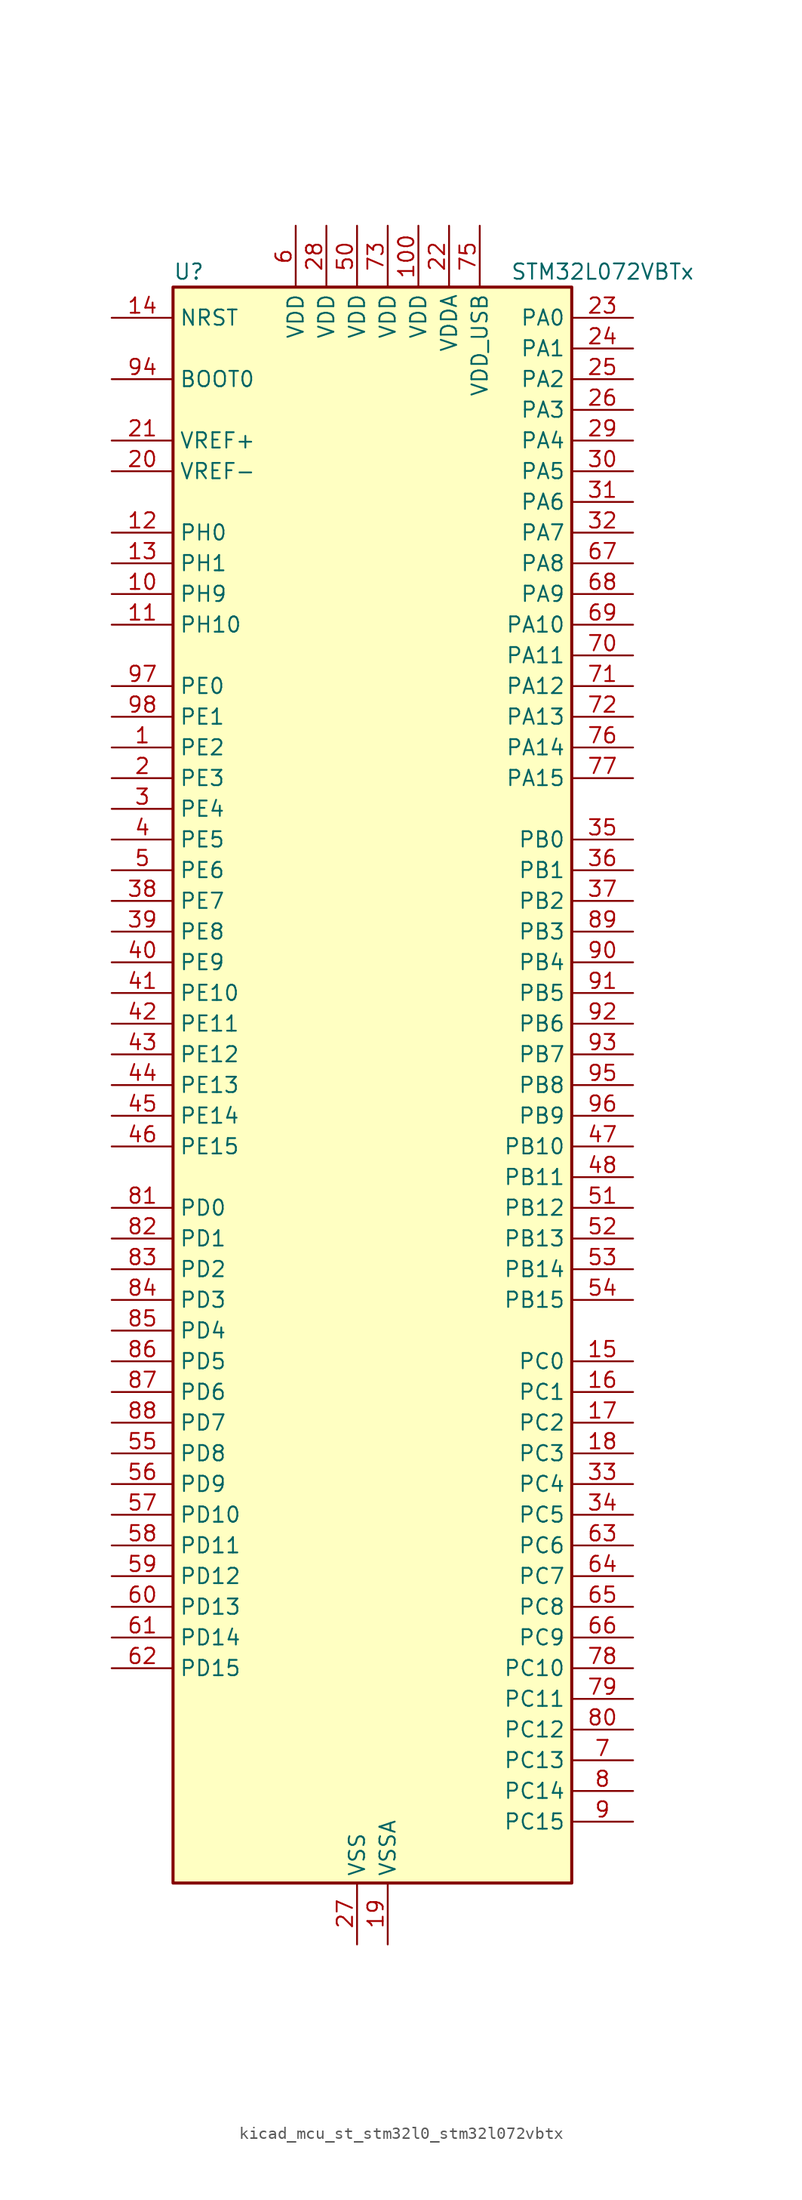
<source format=kicad_sym>
(kicad_symbol_lib
  (version 20220914)
  (generator kicad_symbol_editor)
  (symbol "kicad_mcu_st_stm32l0_stm32l072vbtx"
    (property "Reference" "U"
      (at -15.24 67.31 0)
      (effects (font (size 1.27 1.27)) (justify left)))
    (property "Value" "STM32L072VBTx"
      (at 12.7 67.31 0)
      (effects (font (size 1.27 1.27)) (justify left)))
    (property "ki_locked" ""
      (at 0 0 0)
      (effects (font (size 1.27 1.27))))
    (symbol "kicad_mcu_st_stm32l0_stm32l072vbtx_0_1"
      (rectangle (start -15.24 -66.04) (end 17.78 66.04) (stroke (width 0.254) (type default)) (fill (type background))))
    (symbol "kicad_mcu_st_stm32l0_stm32l072vbtx_1_1"
      (pin bidirectional line (at -20.32 27.94 0) (length 5.08) (name "PE2" (effects (font (size 1.27 1.27)))) (number "1" (effects (font (size 1.27 1.27)))) (alternate "TIM3_ETR" bidirectional line))
      (pin bidirectional line (at -20.32 40.64 0) (length 5.08) (name "PH9" (effects (font (size 1.27 1.27)))) (number "10" (effects (font (size 1.27 1.27)))) (alternate "DAC_EXTI9" bidirectional line))
      (pin power_in line (at 5.08 71.12 270) (length 5.08) (name "VDD" (effects (font (size 1.27 1.27)))) (number "100" (effects (font (size 1.27 1.27)))))
      (pin bidirectional line (at -20.32 38.1 0) (length 5.08) (name "PH10" (effects (font (size 1.27 1.27)))) (number "11" (effects (font (size 1.27 1.27)))))
      (pin bidirectional line (at -20.32 45.72 0) (length 5.08) (name "PH0" (effects (font (size 1.27 1.27)))) (number "12" (effects (font (size 1.27 1.27)))) (alternate "CRS_SYNC" bidirectional line) (alternate "RCC_OSC_IN" bidirectional line))
      (pin bidirectional line (at -20.32 43.18 0) (length 5.08) (name "PH1" (effects (font (size 1.27 1.27)))) (number "13" (effects (font (size 1.27 1.27)))) (alternate "RCC_OSC_OUT" bidirectional line))
      (pin input line (at -20.32 63.5 0) (length 5.08) (name "NRST" (effects (font (size 1.27 1.27)))) (number "14" (effects (font (size 1.27 1.27)))))
      (pin bidirectional line (at 22.86 -22.86 180) (length 5.08) (name "PC0" (effects (font (size 1.27 1.27)))) (number "15" (effects (font (size 1.27 1.27)))) (alternate "ADC_IN10" bidirectional line) (alternate "I2C3_SCL" bidirectional line) (alternate "LPTIM1_IN1" bidirectional line) (alternate "LPUART1_RX" bidirectional line) (alternate "TSC_G7_IO1" bidirectional line))
      (pin bidirectional line (at 22.86 -25.4 180) (length 5.08) (name "PC1" (effects (font (size 1.27 1.27)))) (number "16" (effects (font (size 1.27 1.27)))) (alternate "ADC_IN11" bidirectional line) (alternate "I2C3_SDA" bidirectional line) (alternate "LPTIM1_OUT" bidirectional line) (alternate "LPUART1_TX" bidirectional line) (alternate "TSC_G7_IO2" bidirectional line))
      (pin bidirectional line (at 22.86 -27.94 180) (length 5.08) (name "PC2" (effects (font (size 1.27 1.27)))) (number "17" (effects (font (size 1.27 1.27)))) (alternate "ADC_IN12" bidirectional line) (alternate "I2S2_MCK" bidirectional line) (alternate "LPTIM1_IN2" bidirectional line) (alternate "SPI2_MISO" bidirectional line) (alternate "TSC_G7_IO3" bidirectional line))
      (pin bidirectional line (at 22.86 -30.48 180) (length 5.08) (name "PC3" (effects (font (size 1.27 1.27)))) (number "18" (effects (font (size 1.27 1.27)))) (alternate "ADC_IN13" bidirectional line) (alternate "I2S2_SD" bidirectional line) (alternate "LPTIM1_ETR" bidirectional line) (alternate "SPI2_MOSI" bidirectional line) (alternate "TSC_G7_IO4" bidirectional line))
      (pin power_in line (at 2.54 -71.12 90) (length 5.08) (name "VSSA" (effects (font (size 1.27 1.27)))) (number "19" (effects (font (size 1.27 1.27)))))
      (pin bidirectional line (at -20.32 25.4 0) (length 5.08) (name "PE3" (effects (font (size 1.27 1.27)))) (number "2" (effects (font (size 1.27 1.27)))) (alternate "TIM22_CH1" bidirectional line) (alternate "TIM3_CH1" bidirectional line))
      (pin input line (at -20.32 50.8 0) (length 5.08) (name "VREF-" (effects (font (size 1.27 1.27)))) (number "20" (effects (font (size 1.27 1.27)))))
      (pin input line (at -20.32 53.34 0) (length 5.08) (name "VREF+" (effects (font (size 1.27 1.27)))) (number "21" (effects (font (size 1.27 1.27)))))
      (pin power_in line (at 7.62 71.12 270) (length 5.08) (name "VDDA" (effects (font (size 1.27 1.27)))) (number "22" (effects (font (size 1.27 1.27)))))
      (pin bidirectional line (at 22.86 63.5 180) (length 5.08) (name "PA0" (effects (font (size 1.27 1.27)))) (number "23" (effects (font (size 1.27 1.27)))) (alternate "ADC_IN0" bidirectional line) (alternate "COMP1_INM" bidirectional line) (alternate "COMP1_OUT" bidirectional line) (alternate "RTC_TAMP2" bidirectional line) (alternate "SYS_WKUP1" bidirectional line) (alternate "TIM2_CH1" bidirectional line) (alternate "TIM2_ETR" bidirectional line) (alternate "TSC_G1_IO1" bidirectional line) (alternate "USART2_CTS" bidirectional line) (alternate "USART4_TX" bidirectional line))
      (pin bidirectional line (at 22.86 60.96 180) (length 5.08) (name "PA1" (effects (font (size 1.27 1.27)))) (number "24" (effects (font (size 1.27 1.27)))) (alternate "ADC_IN1" bidirectional line) (alternate "COMP1_INP" bidirectional line) (alternate "TIM21_ETR" bidirectional line) (alternate "TIM2_CH2" bidirectional line) (alternate "TSC_G1_IO2" bidirectional line) (alternate "USART2_DE" bidirectional line) (alternate "USART2_RTS" bidirectional line) (alternate "USART4_RX" bidirectional line))
      (pin bidirectional line (at 22.86 58.42 180) (length 5.08) (name "PA2" (effects (font (size 1.27 1.27)))) (number "25" (effects (font (size 1.27 1.27)))) (alternate "ADC_IN2" bidirectional line) (alternate "COMP2_INM" bidirectional line) (alternate "COMP2_OUT" bidirectional line) (alternate "LPUART1_TX" bidirectional line) (alternate "TIM21_CH1" bidirectional line) (alternate "TIM2_CH3" bidirectional line) (alternate "TSC_G1_IO3" bidirectional line) (alternate "USART2_TX" bidirectional line))
      (pin bidirectional line (at 22.86 55.88 180) (length 5.08) (name "PA3" (effects (font (size 1.27 1.27)))) (number "26" (effects (font (size 1.27 1.27)))) (alternate "ADC_IN3" bidirectional line) (alternate "COMP2_INP" bidirectional line) (alternate "LPUART1_RX" bidirectional line) (alternate "TIM21_CH2" bidirectional line) (alternate "TIM2_CH4" bidirectional line) (alternate "TSC_G1_IO4" bidirectional line) (alternate "USART2_RX" bidirectional line))
      (pin power_in line (at 0 -71.12 90) (length 5.08) (name "VSS" (effects (font (size 1.27 1.27)))) (number "27" (effects (font (size 1.27 1.27)))))
      (pin power_in line (at -2.54 71.12 270) (length 5.08) (name "VDD" (effects (font (size 1.27 1.27)))) (number "28" (effects (font (size 1.27 1.27)))))
      (pin bidirectional line (at 22.86 53.34 180) (length 5.08) (name "PA4" (effects (font (size 1.27 1.27)))) (number "29" (effects (font (size 1.27 1.27)))) (alternate "ADC_IN4" bidirectional line) (alternate "COMP1_INM" bidirectional line) (alternate "COMP2_INM" bidirectional line) (alternate "DAC_OUT1" bidirectional line) (alternate "SPI1_NSS" bidirectional line) (alternate "TIM22_ETR" bidirectional line) (alternate "TSC_G2_IO1" bidirectional line) (alternate "USART2_CK" bidirectional line))
      (pin bidirectional line (at -20.32 22.86 0) (length 5.08) (name "PE4" (effects (font (size 1.27 1.27)))) (number "3" (effects (font (size 1.27 1.27)))) (alternate "TIM22_CH2" bidirectional line) (alternate "TIM3_CH2" bidirectional line))
      (pin bidirectional line (at 22.86 50.8 180) (length 5.08) (name "PA5" (effects (font (size 1.27 1.27)))) (number "30" (effects (font (size 1.27 1.27)))) (alternate "ADC_IN5" bidirectional line) (alternate "COMP1_INM" bidirectional line) (alternate "COMP2_INM" bidirectional line) (alternate "DAC_OUT2" bidirectional line) (alternate "SPI1_SCK" bidirectional line) (alternate "TIM2_CH1" bidirectional line) (alternate "TIM2_ETR" bidirectional line) (alternate "TSC_G2_IO2" bidirectional line))
      (pin bidirectional line (at 22.86 48.26 180) (length 5.08) (name "PA6" (effects (font (size 1.27 1.27)))) (number "31" (effects (font (size 1.27 1.27)))) (alternate "ADC_IN6" bidirectional line) (alternate "COMP1_OUT" bidirectional line) (alternate "LPUART1_CTS" bidirectional line) (alternate "SPI1_MISO" bidirectional line) (alternate "TIM22_CH1" bidirectional line) (alternate "TIM3_CH1" bidirectional line) (alternate "TSC_G2_IO3" bidirectional line))
      (pin bidirectional line (at 22.86 45.72 180) (length 5.08) (name "PA7" (effects (font (size 1.27 1.27)))) (number "32" (effects (font (size 1.27 1.27)))) (alternate "ADC_IN7" bidirectional line) (alternate "COMP2_OUT" bidirectional line) (alternate "SPI1_MOSI" bidirectional line) (alternate "TIM22_CH2" bidirectional line) (alternate "TIM3_CH2" bidirectional line) (alternate "TSC_G2_IO4" bidirectional line))
      (pin bidirectional line (at 22.86 -33.02 180) (length 5.08) (name "PC4" (effects (font (size 1.27 1.27)))) (number "33" (effects (font (size 1.27 1.27)))) (alternate "ADC_IN14" bidirectional line) (alternate "LPUART1_TX" bidirectional line))
      (pin bidirectional line (at 22.86 -35.56 180) (length 5.08) (name "PC5" (effects (font (size 1.27 1.27)))) (number "34" (effects (font (size 1.27 1.27)))) (alternate "ADC_IN15" bidirectional line) (alternate "LPUART1_RX" bidirectional line) (alternate "TSC_G3_IO1" bidirectional line))
      (pin bidirectional line (at 22.86 20.32 180) (length 5.08) (name "PB0" (effects (font (size 1.27 1.27)))) (number "35" (effects (font (size 1.27 1.27)))) (alternate "ADC_IN8" bidirectional line) (alternate "SYS_VREF_OUT_PB0" bidirectional line) (alternate "TIM3_CH3" bidirectional line) (alternate "TSC_G3_IO2" bidirectional line))
      (pin bidirectional line (at 22.86 17.78 180) (length 5.08) (name "PB1" (effects (font (size 1.27 1.27)))) (number "36" (effects (font (size 1.27 1.27)))) (alternate "ADC_IN9" bidirectional line) (alternate "LPUART1_DE" bidirectional line) (alternate "LPUART1_RTS" bidirectional line) (alternate "SYS_VREF_OUT_PB1" bidirectional line) (alternate "TIM3_CH4" bidirectional line) (alternate "TSC_G3_IO3" bidirectional line))
      (pin bidirectional line (at 22.86 15.24 180) (length 5.08) (name "PB2" (effects (font (size 1.27 1.27)))) (number "37" (effects (font (size 1.27 1.27)))) (alternate "I2C3_SMBA" bidirectional line) (alternate "LPTIM1_OUT" bidirectional line) (alternate "TSC_G3_IO4" bidirectional line))
      (pin bidirectional line (at -20.32 15.24 0) (length 5.08) (name "PE7" (effects (font (size 1.27 1.27)))) (number "38" (effects (font (size 1.27 1.27)))) (alternate "USART5_CK" bidirectional line) (alternate "USART5_DE" bidirectional line) (alternate "USART5_RTS" bidirectional line))
      (pin bidirectional line (at -20.32 12.7 0) (length 5.08) (name "PE8" (effects (font (size 1.27 1.27)))) (number "39" (effects (font (size 1.27 1.27)))) (alternate "USART4_TX" bidirectional line))
      (pin bidirectional line (at -20.32 20.32 0) (length 5.08) (name "PE5" (effects (font (size 1.27 1.27)))) (number "4" (effects (font (size 1.27 1.27)))) (alternate "TIM21_CH1" bidirectional line) (alternate "TIM3_CH3" bidirectional line))
      (pin bidirectional line (at -20.32 10.16 0) (length 5.08) (name "PE9" (effects (font (size 1.27 1.27)))) (number "40" (effects (font (size 1.27 1.27)))) (alternate "DAC_EXTI9" bidirectional line) (alternate "TIM2_CH1" bidirectional line) (alternate "TIM2_ETR" bidirectional line) (alternate "USART4_RX" bidirectional line))
      (pin bidirectional line (at -20.32 7.62 0) (length 5.08) (name "PE10" (effects (font (size 1.27 1.27)))) (number "41" (effects (font (size 1.27 1.27)))) (alternate "TIM2_CH2" bidirectional line) (alternate "USART5_TX" bidirectional line))
      (pin bidirectional line (at -20.32 5.08 0) (length 5.08) (name "PE11" (effects (font (size 1.27 1.27)))) (number "42" (effects (font (size 1.27 1.27)))) (alternate "ADC_EXTI11" bidirectional line) (alternate "TIM2_CH3" bidirectional line) (alternate "USART5_RX" bidirectional line))
      (pin bidirectional line (at -20.32 2.54 0) (length 5.08) (name "PE12" (effects (font (size 1.27 1.27)))) (number "43" (effects (font (size 1.27 1.27)))) (alternate "SPI1_NSS" bidirectional line) (alternate "TIM2_CH4" bidirectional line))
      (pin bidirectional line (at -20.32 0 0) (length 5.08) (name "PE13" (effects (font (size 1.27 1.27)))) (number "44" (effects (font (size 1.27 1.27)))) (alternate "SPI1_SCK" bidirectional line))
      (pin bidirectional line (at -20.32 -2.54 0) (length 5.08) (name "PE14" (effects (font (size 1.27 1.27)))) (number "45" (effects (font (size 1.27 1.27)))) (alternate "SPI1_MISO" bidirectional line))
      (pin bidirectional line (at -20.32 -5.08 0) (length 5.08) (name "PE15" (effects (font (size 1.27 1.27)))) (number "46" (effects (font (size 1.27 1.27)))) (alternate "SPI1_MOSI" bidirectional line))
      (pin bidirectional line (at 22.86 -5.08 180) (length 5.08) (name "PB10" (effects (font (size 1.27 1.27)))) (number "47" (effects (font (size 1.27 1.27)))) (alternate "I2C2_SCL" bidirectional line) (alternate "LPUART1_RX" bidirectional line) (alternate "LPUART1_TX" bidirectional line) (alternate "SPI2_SCK" bidirectional line) (alternate "TIM2_CH3" bidirectional line) (alternate "TSC_SYNC" bidirectional line))
      (pin bidirectional line (at 22.86 -7.62 180) (length 5.08) (name "PB11" (effects (font (size 1.27 1.27)))) (number "48" (effects (font (size 1.27 1.27)))) (alternate "ADC_EXTI11" bidirectional line) (alternate "I2C2_SDA" bidirectional line) (alternate "LPUART1_RX" bidirectional line) (alternate "LPUART1_TX" bidirectional line) (alternate "TIM2_CH4" bidirectional line) (alternate "TSC_G6_IO1" bidirectional line))
      (pin passive line (at 0 -71.12 90) (length 5.08) hide (name "VSS" (effects (font (size 1.27 1.27)))) (number "49" (effects (font (size 1.27 1.27)))))
      (pin bidirectional line (at -20.32 17.78 0) (length 5.08) (name "PE6" (effects (font (size 1.27 1.27)))) (number "5" (effects (font (size 1.27 1.27)))) (alternate "RTC_TAMP3" bidirectional line) (alternate "SYS_WKUP3" bidirectional line) (alternate "TIM21_CH2" bidirectional line) (alternate "TIM3_CH4" bidirectional line))
      (pin power_in line (at 0 71.12 270) (length 5.08) (name "VDD" (effects (font (size 1.27 1.27)))) (number "50" (effects (font (size 1.27 1.27)))))
      (pin bidirectional line (at 22.86 -10.16 180) (length 5.08) (name "PB12" (effects (font (size 1.27 1.27)))) (number "51" (effects (font (size 1.27 1.27)))) (alternate "I2S2_WS" bidirectional line) (alternate "LPUART1_DE" bidirectional line) (alternate "LPUART1_RTS" bidirectional line) (alternate "SPI2_NSS" bidirectional line) (alternate "TSC_G6_IO2" bidirectional line))
      (pin bidirectional line (at 22.86 -12.7 180) (length 5.08) (name "PB13" (effects (font (size 1.27 1.27)))) (number "52" (effects (font (size 1.27 1.27)))) (alternate "I2C2_SCL" bidirectional line) (alternate "I2S2_CK" bidirectional line) (alternate "LPUART1_CTS" bidirectional line) (alternate "RCC_MCO" bidirectional line) (alternate "SPI2_SCK" bidirectional line) (alternate "TIM21_CH1" bidirectional line) (alternate "TSC_G6_IO3" bidirectional line))
      (pin bidirectional line (at 22.86 -15.24 180) (length 5.08) (name "PB14" (effects (font (size 1.27 1.27)))) (number "53" (effects (font (size 1.27 1.27)))) (alternate "I2C2_SDA" bidirectional line) (alternate "I2S2_MCK" bidirectional line) (alternate "LPUART1_DE" bidirectional line) (alternate "LPUART1_RTS" bidirectional line) (alternate "RTC_OUT_ALARM" bidirectional line) (alternate "RTC_OUT_CALIB" bidirectional line) (alternate "SPI2_MISO" bidirectional line) (alternate "TIM21_CH2" bidirectional line) (alternate "TSC_G6_IO4" bidirectional line))
      (pin bidirectional line (at 22.86 -17.78 180) (length 5.08) (name "PB15" (effects (font (size 1.27 1.27)))) (number "54" (effects (font (size 1.27 1.27)))) (alternate "I2S2_SD" bidirectional line) (alternate "RTC_REFIN" bidirectional line) (alternate "SPI2_MOSI" bidirectional line))
      (pin bidirectional line (at -20.32 -30.48 0) (length 5.08) (name "PD8" (effects (font (size 1.27 1.27)))) (number "55" (effects (font (size 1.27 1.27)))) (alternate "LPUART1_TX" bidirectional line))
      (pin bidirectional line (at -20.32 -33.02 0) (length 5.08) (name "PD9" (effects (font (size 1.27 1.27)))) (number "56" (effects (font (size 1.27 1.27)))) (alternate "DAC_EXTI9" bidirectional line) (alternate "LPUART1_RX" bidirectional line))
      (pin bidirectional line (at -20.32 -35.56 0) (length 5.08) (name "PD10" (effects (font (size 1.27 1.27)))) (number "57" (effects (font (size 1.27 1.27)))))
      (pin bidirectional line (at -20.32 -38.1 0) (length 5.08) (name "PD11" (effects (font (size 1.27 1.27)))) (number "58" (effects (font (size 1.27 1.27)))) (alternate "ADC_EXTI11" bidirectional line) (alternate "LPUART1_CTS" bidirectional line))
      (pin bidirectional line (at -20.32 -40.64 0) (length 5.08) (name "PD12" (effects (font (size 1.27 1.27)))) (number "59" (effects (font (size 1.27 1.27)))) (alternate "LPUART1_DE" bidirectional line) (alternate "LPUART1_RTS" bidirectional line))
      (pin power_in line (at -5.08 71.12 270) (length 5.08) (name "VDD" (effects (font (size 1.27 1.27)))) (number "6" (effects (font (size 1.27 1.27)))))
      (pin bidirectional line (at -20.32 -43.18 0) (length 5.08) (name "PD13" (effects (font (size 1.27 1.27)))) (number "60" (effects (font (size 1.27 1.27)))))
      (pin bidirectional line (at -20.32 -45.72 0) (length 5.08) (name "PD14" (effects (font (size 1.27 1.27)))) (number "61" (effects (font (size 1.27 1.27)))))
      (pin bidirectional line (at -20.32 -48.26 0) (length 5.08) (name "PD15" (effects (font (size 1.27 1.27)))) (number "62" (effects (font (size 1.27 1.27)))) (alternate "CRS_SYNC" bidirectional line))
      (pin bidirectional line (at 22.86 -38.1 180) (length 5.08) (name "PC6" (effects (font (size 1.27 1.27)))) (number "63" (effects (font (size 1.27 1.27)))) (alternate "TIM22_CH1" bidirectional line) (alternate "TIM3_CH1" bidirectional line) (alternate "TSC_G8_IO1" bidirectional line))
      (pin bidirectional line (at 22.86 -40.64 180) (length 5.08) (name "PC7" (effects (font (size 1.27 1.27)))) (number "64" (effects (font (size 1.27 1.27)))) (alternate "TIM22_CH2" bidirectional line) (alternate "TIM3_CH2" bidirectional line) (alternate "TSC_G8_IO2" bidirectional line))
      (pin bidirectional line (at 22.86 -43.18 180) (length 5.08) (name "PC8" (effects (font (size 1.27 1.27)))) (number "65" (effects (font (size 1.27 1.27)))) (alternate "TIM22_ETR" bidirectional line) (alternate "TIM3_CH3" bidirectional line) (alternate "TSC_G8_IO3" bidirectional line))
      (pin bidirectional line (at 22.86 -45.72 180) (length 5.08) (name "PC9" (effects (font (size 1.27 1.27)))) (number "66" (effects (font (size 1.27 1.27)))) (alternate "DAC_EXTI9" bidirectional line) (alternate "I2C3_SDA" bidirectional line) (alternate "TIM21_ETR" bidirectional line) (alternate "TIM3_CH4" bidirectional line) (alternate "TSC_G8_IO4" bidirectional line) (alternate "USB_NOE" bidirectional line))
      (pin bidirectional line (at 22.86 43.18 180) (length 5.08) (name "PA8" (effects (font (size 1.27 1.27)))) (number "67" (effects (font (size 1.27 1.27)))) (alternate "CRS_SYNC" bidirectional line) (alternate "I2C3_SCL" bidirectional line) (alternate "RCC_MCO" bidirectional line) (alternate "USART1_CK" bidirectional line))
      (pin bidirectional line (at 22.86 40.64 180) (length 5.08) (name "PA9" (effects (font (size 1.27 1.27)))) (number "68" (effects (font (size 1.27 1.27)))) (alternate "DAC_EXTI9" bidirectional line) (alternate "I2C1_SCL" bidirectional line) (alternate "I2C3_SMBA" bidirectional line) (alternate "RCC_MCO" bidirectional line) (alternate "TSC_G4_IO1" bidirectional line) (alternate "USART1_TX" bidirectional line))
      (pin bidirectional line (at 22.86 38.1 180) (length 5.08) (name "PA10" (effects (font (size 1.27 1.27)))) (number "69" (effects (font (size 1.27 1.27)))) (alternate "I2C1_SDA" bidirectional line) (alternate "TSC_G4_IO2" bidirectional line) (alternate "USART1_RX" bidirectional line))
      (pin bidirectional line (at 22.86 -55.88 180) (length 5.08) (name "PC13" (effects (font (size 1.27 1.27)))) (number "7" (effects (font (size 1.27 1.27)))) (alternate "RTC_OUT_ALARM" bidirectional line) (alternate "RTC_OUT_CALIB" bidirectional line) (alternate "RTC_TAMP1" bidirectional line) (alternate "RTC_TS" bidirectional line) (alternate "SYS_WKUP2" bidirectional line))
      (pin bidirectional line (at 22.86 35.56 180) (length 5.08) (name "PA11" (effects (font (size 1.27 1.27)))) (number "70" (effects (font (size 1.27 1.27)))) (alternate "ADC_EXTI11" bidirectional line) (alternate "COMP1_OUT" bidirectional line) (alternate "SPI1_MISO" bidirectional line) (alternate "TSC_G4_IO3" bidirectional line) (alternate "USART1_CTS" bidirectional line) (alternate "USB_DM" bidirectional line))
      (pin bidirectional line (at 22.86 33.02 180) (length 5.08) (name "PA12" (effects (font (size 1.27 1.27)))) (number "71" (effects (font (size 1.27 1.27)))) (alternate "COMP2_OUT" bidirectional line) (alternate "SPI1_MOSI" bidirectional line) (alternate "TSC_G4_IO4" bidirectional line) (alternate "USART1_DE" bidirectional line) (alternate "USART1_RTS" bidirectional line) (alternate "USB_DP" bidirectional line))
      (pin bidirectional line (at 22.86 30.48 180) (length 5.08) (name "PA13" (effects (font (size 1.27 1.27)))) (number "72" (effects (font (size 1.27 1.27)))) (alternate "LPUART1_RX" bidirectional line) (alternate "SYS_SWDIO" bidirectional line) (alternate "USB_NOE" bidirectional line))
      (pin power_in line (at 2.54 71.12 270) (length 5.08) (name "VDD" (effects (font (size 1.27 1.27)))) (number "73" (effects (font (size 1.27 1.27)))))
      (pin passive line (at 0 -71.12 90) (length 5.08) hide (name "VSS" (effects (font (size 1.27 1.27)))) (number "74" (effects (font (size 1.27 1.27)))))
      (pin power_in line (at 10.16 71.12 270) (length 5.08) (name "VDD_USB" (effects (font (size 1.27 1.27)))) (number "75" (effects (font (size 1.27 1.27)))))
      (pin bidirectional line (at 22.86 27.94 180) (length 5.08) (name "PA14" (effects (font (size 1.27 1.27)))) (number "76" (effects (font (size 1.27 1.27)))) (alternate "LPUART1_TX" bidirectional line) (alternate "SYS_SWCLK" bidirectional line) (alternate "USART2_TX" bidirectional line))
      (pin bidirectional line (at 22.86 25.4 180) (length 5.08) (name "PA15" (effects (font (size 1.27 1.27)))) (number "77" (effects (font (size 1.27 1.27)))) (alternate "SPI1_NSS" bidirectional line) (alternate "TIM2_CH1" bidirectional line) (alternate "TIM2_ETR" bidirectional line) (alternate "USART2_RX" bidirectional line) (alternate "USART4_DE" bidirectional line) (alternate "USART4_RTS" bidirectional line))
      (pin bidirectional line (at 22.86 -48.26 180) (length 5.08) (name "PC10" (effects (font (size 1.27 1.27)))) (number "78" (effects (font (size 1.27 1.27)))) (alternate "LPUART1_TX" bidirectional line) (alternate "USART4_TX" bidirectional line))
      (pin bidirectional line (at 22.86 -50.8 180) (length 5.08) (name "PC11" (effects (font (size 1.27 1.27)))) (number "79" (effects (font (size 1.27 1.27)))) (alternate "ADC_EXTI11" bidirectional line) (alternate "LPUART1_RX" bidirectional line) (alternate "USART4_RX" bidirectional line))
      (pin bidirectional line (at 22.86 -58.42 180) (length 5.08) (name "PC14" (effects (font (size 1.27 1.27)))) (number "8" (effects (font (size 1.27 1.27)))) (alternate "RCC_OSC32_IN" bidirectional line))
      (pin bidirectional line (at 22.86 -53.34 180) (length 5.08) (name "PC12" (effects (font (size 1.27 1.27)))) (number "80" (effects (font (size 1.27 1.27)))) (alternate "USART4_CK" bidirectional line) (alternate "USART5_TX" bidirectional line))
      (pin bidirectional line (at -20.32 -10.16 0) (length 5.08) (name "PD0" (effects (font (size 1.27 1.27)))) (number "81" (effects (font (size 1.27 1.27)))) (alternate "I2S2_WS" bidirectional line) (alternate "SPI2_NSS" bidirectional line) (alternate "TIM21_CH1" bidirectional line))
      (pin bidirectional line (at -20.32 -12.7 0) (length 5.08) (name "PD1" (effects (font (size 1.27 1.27)))) (number "82" (effects (font (size 1.27 1.27)))) (alternate "I2S2_CK" bidirectional line) (alternate "SPI2_SCK" bidirectional line))
      (pin bidirectional line (at -20.32 -15.24 0) (length 5.08) (name "PD2" (effects (font (size 1.27 1.27)))) (number "83" (effects (font (size 1.27 1.27)))) (alternate "LPUART1_DE" bidirectional line) (alternate "LPUART1_RTS" bidirectional line) (alternate "TIM3_ETR" bidirectional line) (alternate "USART5_RX" bidirectional line))
      (pin bidirectional line (at -20.32 -17.78 0) (length 5.08) (name "PD3" (effects (font (size 1.27 1.27)))) (number "84" (effects (font (size 1.27 1.27)))) (alternate "I2S2_MCK" bidirectional line) (alternate "SPI2_MISO" bidirectional line) (alternate "USART2_CTS" bidirectional line))
      (pin bidirectional line (at -20.32 -20.32 0) (length 5.08) (name "PD4" (effects (font (size 1.27 1.27)))) (number "85" (effects (font (size 1.27 1.27)))) (alternate "I2S2_SD" bidirectional line) (alternate "SPI2_MOSI" bidirectional line) (alternate "USART2_DE" bidirectional line) (alternate "USART2_RTS" bidirectional line))
      (pin bidirectional line (at -20.32 -22.86 0) (length 5.08) (name "PD5" (effects (font (size 1.27 1.27)))) (number "86" (effects (font (size 1.27 1.27)))) (alternate "USART2_TX" bidirectional line))
      (pin bidirectional line (at -20.32 -25.4 0) (length 5.08) (name "PD6" (effects (font (size 1.27 1.27)))) (number "87" (effects (font (size 1.27 1.27)))) (alternate "USART2_RX" bidirectional line))
      (pin bidirectional line (at -20.32 -27.94 0) (length 5.08) (name "PD7" (effects (font (size 1.27 1.27)))) (number "88" (effects (font (size 1.27 1.27)))) (alternate "TIM21_CH2" bidirectional line) (alternate "USART2_CK" bidirectional line))
      (pin bidirectional line (at 22.86 12.7 180) (length 5.08) (name "PB3" (effects (font (size 1.27 1.27)))) (number "89" (effects (font (size 1.27 1.27)))) (alternate "COMP2_INM" bidirectional line) (alternate "SPI1_SCK" bidirectional line) (alternate "TIM2_CH2" bidirectional line) (alternate "TSC_G5_IO1" bidirectional line) (alternate "USART1_DE" bidirectional line) (alternate "USART1_RTS" bidirectional line) (alternate "USART5_TX" bidirectional line))
      (pin bidirectional line (at 22.86 -60.96 180) (length 5.08) (name "PC15" (effects (font (size 1.27 1.27)))) (number "9" (effects (font (size 1.27 1.27)))) (alternate "RCC_OSC32_OUT" bidirectional line))
      (pin bidirectional line (at 22.86 10.16 180) (length 5.08) (name "PB4" (effects (font (size 1.27 1.27)))) (number "90" (effects (font (size 1.27 1.27)))) (alternate "COMP2_INP" bidirectional line) (alternate "I2C3_SDA" bidirectional line) (alternate "SPI1_MISO" bidirectional line) (alternate "TIM22_CH1" bidirectional line) (alternate "TIM3_CH1" bidirectional line) (alternate "TSC_G5_IO2" bidirectional line) (alternate "USART1_CTS" bidirectional line) (alternate "USART5_RX" bidirectional line))
      (pin bidirectional line (at 22.86 7.62 180) (length 5.08) (name "PB5" (effects (font (size 1.27 1.27)))) (number "91" (effects (font (size 1.27 1.27)))) (alternate "COMP2_INP" bidirectional line) (alternate "I2C1_SMBA" bidirectional line) (alternate "LPTIM1_IN1" bidirectional line) (alternate "SPI1_MOSI" bidirectional line) (alternate "TIM22_CH2" bidirectional line) (alternate "TIM3_CH2" bidirectional line) (alternate "USART1_CK" bidirectional line) (alternate "USART5_CK" bidirectional line) (alternate "USART5_DE" bidirectional line) (alternate "USART5_RTS" bidirectional line))
      (pin bidirectional line (at 22.86 5.08 180) (length 5.08) (name "PB6" (effects (font (size 1.27 1.27)))) (number "92" (effects (font (size 1.27 1.27)))) (alternate "COMP2_INP" bidirectional line) (alternate "I2C1_SCL" bidirectional line) (alternate "LPTIM1_ETR" bidirectional line) (alternate "TSC_G5_IO3" bidirectional line) (alternate "USART1_TX" bidirectional line))
      (pin bidirectional line (at 22.86 2.54 180) (length 5.08) (name "PB7" (effects (font (size 1.27 1.27)))) (number "93" (effects (font (size 1.27 1.27)))) (alternate "COMP2_INP" bidirectional line) (alternate "I2C1_SDA" bidirectional line) (alternate "LPTIM1_IN2" bidirectional line) (alternate "SYS_PVD_IN" bidirectional line) (alternate "TSC_G5_IO4" bidirectional line) (alternate "USART1_RX" bidirectional line) (alternate "USART4_CTS" bidirectional line))
      (pin input line (at -20.32 58.42 0) (length 5.08) (name "BOOT0" (effects (font (size 1.27 1.27)))) (number "94" (effects (font (size 1.27 1.27)))))
      (pin bidirectional line (at 22.86 0 180) (length 5.08) (name "PB8" (effects (font (size 1.27 1.27)))) (number "95" (effects (font (size 1.27 1.27)))) (alternate "I2C1_SCL" bidirectional line) (alternate "TSC_SYNC" bidirectional line))
      (pin bidirectional line (at 22.86 -2.54 180) (length 5.08) (name "PB9" (effects (font (size 1.27 1.27)))) (number "96" (effects (font (size 1.27 1.27)))) (alternate "DAC_EXTI9" bidirectional line) (alternate "I2C1_SDA" bidirectional line) (alternate "I2S2_WS" bidirectional line) (alternate "SPI2_NSS" bidirectional line))
      (pin bidirectional line (at -20.32 33.02 0) (length 5.08) (name "PE0" (effects (font (size 1.27 1.27)))) (number "97" (effects (font (size 1.27 1.27)))))
      (pin bidirectional line (at -20.32 30.48 0) (length 5.08) (name "PE1" (effects (font (size 1.27 1.27)))) (number "98" (effects (font (size 1.27 1.27)))))
      (pin passive line (at 0 -71.12 90) (length 5.08) hide (name "VSS" (effects (font (size 1.27 1.27)))) (number "99" (effects (font (size 1.27 1.27))))))))
</source>
